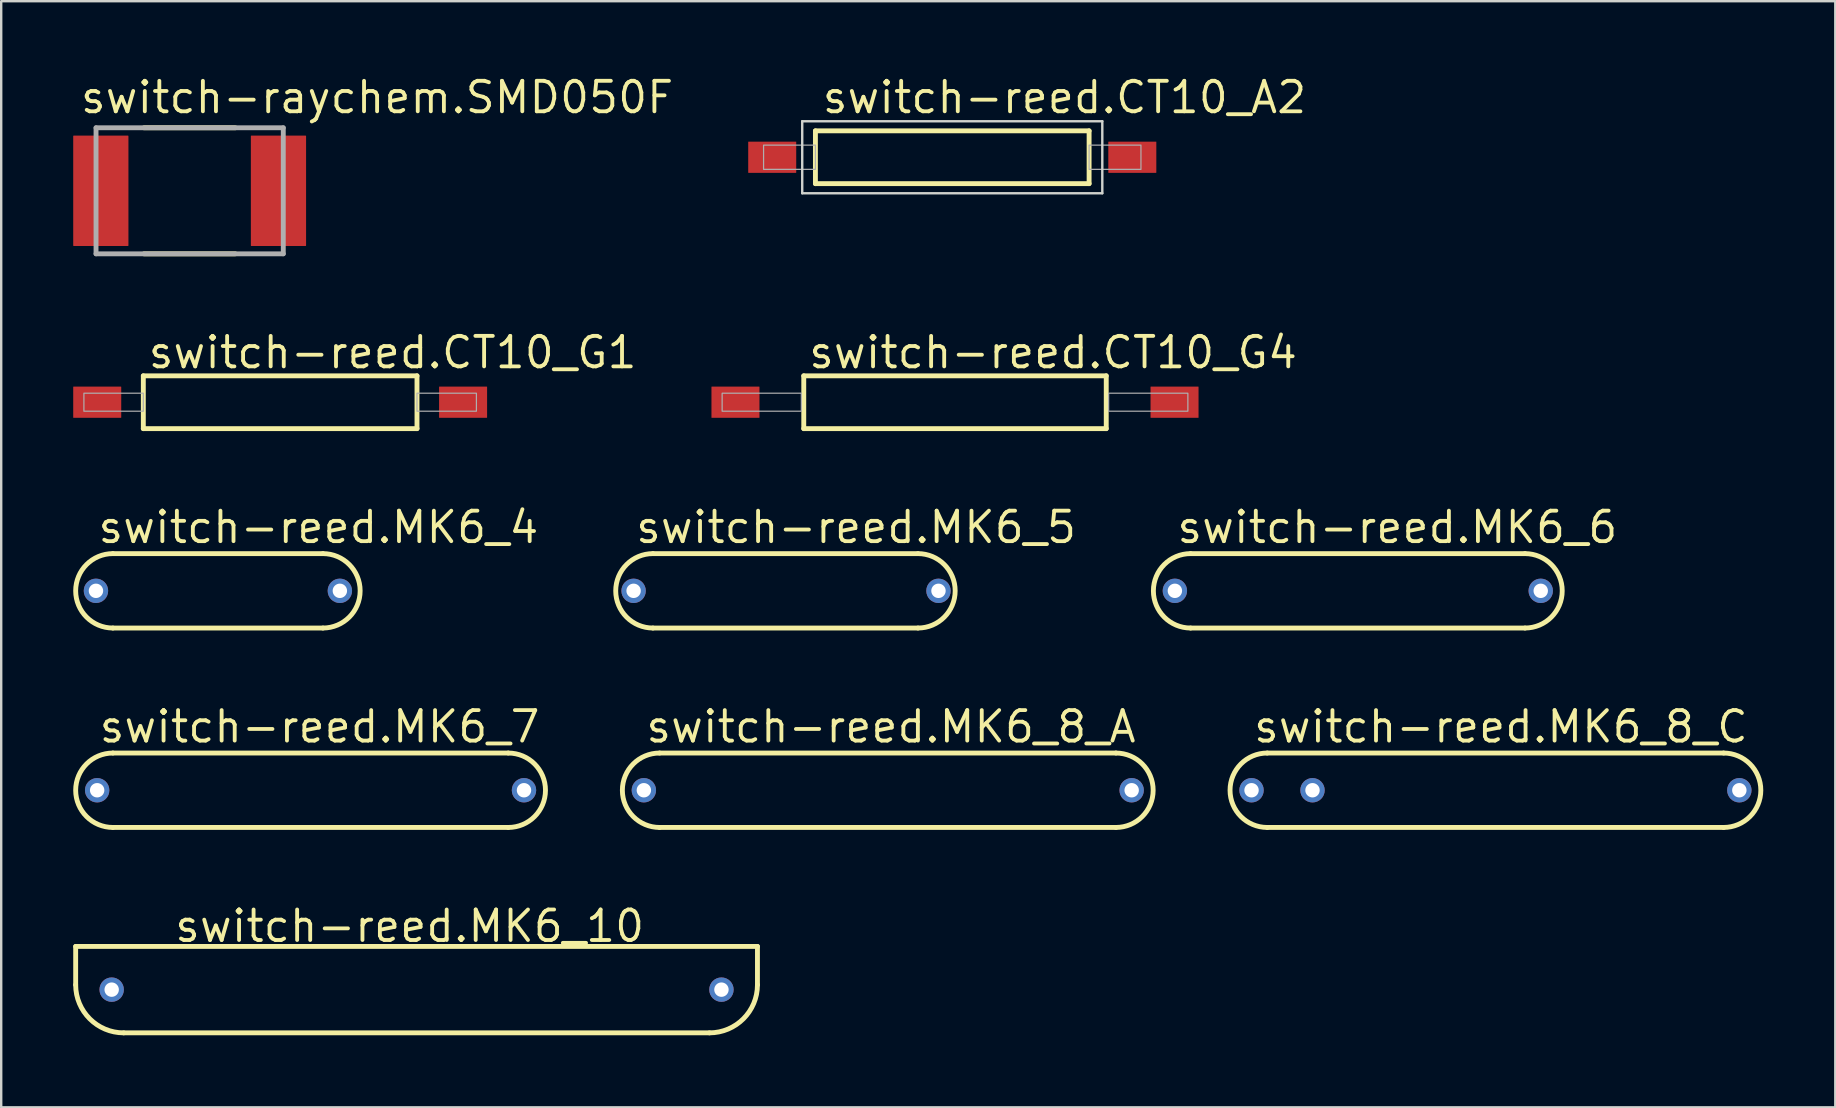
<source format=kicad_pcb>
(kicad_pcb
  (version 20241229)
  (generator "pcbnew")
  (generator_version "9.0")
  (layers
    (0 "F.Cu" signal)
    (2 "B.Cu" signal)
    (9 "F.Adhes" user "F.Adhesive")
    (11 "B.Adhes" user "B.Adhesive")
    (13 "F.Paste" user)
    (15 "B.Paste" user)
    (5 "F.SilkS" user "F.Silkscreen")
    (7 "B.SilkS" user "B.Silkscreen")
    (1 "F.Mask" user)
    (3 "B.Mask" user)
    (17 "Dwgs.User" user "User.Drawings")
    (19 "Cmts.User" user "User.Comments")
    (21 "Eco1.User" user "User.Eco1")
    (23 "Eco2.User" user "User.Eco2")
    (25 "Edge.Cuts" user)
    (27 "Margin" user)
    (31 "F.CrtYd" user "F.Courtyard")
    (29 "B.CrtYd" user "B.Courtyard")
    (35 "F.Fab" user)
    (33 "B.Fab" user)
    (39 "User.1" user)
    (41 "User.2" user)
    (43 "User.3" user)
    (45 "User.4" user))
  (footprint "switch-reed.CT10_G4"
    (layer "F.Cu")
    (at 36.731 13.705)
    (property "Reference" "switch-reed.CT10_G4" (at -6.18 -1.33 0) (layer "F.SilkS") (effects (font (size 1.27 1.27) (thickness 0.16)) (justify left bottom)))
    (attr smd)
    (fp_line (start -6.3 -1.1) (end 6.3 -1.1) (stroke (width 0.203) (type default)) (layer "F.SilkS"))
    (fp_line (start -6.3 1.1) (end -6.3 -1.1) (stroke (width 0.203) (type default)) (layer "F.SilkS"))
    (fp_line (start 6.3 -1.1) (end 6.3 1.1) (stroke (width 0.203) (type default)) (layer "F.SilkS"))
    (fp_line (start 6.3 1.1) (end -6.3 1.1) (stroke (width 0.203) (type default)) (layer "F.SilkS"))
    (fp_rect (start -9.7 0.375) (end -6.4 -0.375) (stroke (width 0.05) (type default)) (fill no) (layer "F.Fab"))
    (fp_rect (start 6.4 0.375) (end 9.7 -0.375) (stroke (width 0.05) (type default)) (fill no) (layer "F.Fab"))
    (pad "1" smd roundrect (at -9.145 0) (size 2 1.3) (layers "F.Cu" "F.Mask" "F.Paste") (roundrect_rratio 0.01))
    (pad "2" smd roundrect (at 9.145 0) (size 2 1.3) (layers "F.Cu" "F.Mask" "F.Paste") (roundrect_rratio 0.01)))
  (footprint "switch-reed.MK6_4"
    (layer "F.Cu")
    (at 6.027 21.561)
    (property "Reference" "switch-reed.MK6_4" (at -5.08 -1.905 0) (layer "F.SilkS") (effects (font (size 1.27 1.27) (thickness 0.16)) (justify left bottom)))
    (attr through_hole)
    (fp_line (start -4.375 -1.55) (end 4.375 -1.55) (stroke (width 0.203) (type default)) (layer "F.SilkS"))
    (fp_line (start 4.375 1.55) (end -4.375 1.55) (stroke (width 0.203) (type default)) (layer "F.SilkS"))
    (fp_arc (start -4.375 1.55) (mid -5.925 0) (end -4.375 -1.55) (stroke (width 0.2032) (type default)) (layer "F.SilkS"))
    (fp_arc (start 4.375 -1.55) (mid 5.925 0) (end 4.375 1.55) (stroke (width 0.2032) (type default)) (layer "F.SilkS"))
    (pad "1" thru_hole circle (at -5.08 0) (size 1.016 1.016) (drill 0.6) (layers "*.Cu" "*.Mask"))
    (pad "2" thru_hole circle (at 5.08 0) (size 1.016 1.016) (drill 0.6) (layers "*.Cu" "*.Mask")))
  (footprint "switch-reed.MK6_10"
    (layer "F.Cu")
    (at 14.302 38.174)
    (property "Reference" "switch-reed.MK6_10" (at -10.16 -1.905 0) (layer "F.SilkS") (effects (font (size 1.27 1.27) (thickness 0.16)) (justify left bottom)))
    (attr through_hole)
    (fp_line (start -14.2 -1.8) (end 14.2 -1.8) (stroke (width 0.203) (type default)) (layer "F.SilkS"))
    (fp_line (start -14.2 -0.2) (end -14.2 -1.8) (stroke (width 0.203) (type default)) (layer "F.SilkS"))
    (fp_line (start 12.2 1.8) (end -12.2 1.8) (stroke (width 0.203) (type default)) (layer "F.SilkS"))
    (fp_line (start 14.2 -1.8) (end 14.2 -0.2) (stroke (width 0.203) (type default)) (layer "F.SilkS"))
    (fp_arc (start -12.2 1.8) (mid -13.614214 1.214214) (end -14.2 -0.2) (stroke (width 0.2032) (type default)) (layer "F.SilkS"))
    (fp_arc (start 14.2 -0.2) (mid 13.614214 1.214214) (end 12.2 1.8) (stroke (width 0.2032) (type default)) (layer "F.SilkS"))
    (pad "1" thru_hole circle (at -12.7 0) (size 1.016 1.016) (drill 0.6) (layers "*.Cu" "*.Mask"))
    (pad "2" thru_hole circle (at 12.7 0) (size 1.016 1.016) (drill 0.6) (layers "*.Cu" "*.Mask")))
  (footprint "switch-reed.CT10_A2"
    (layer "F.Cu")
    (at 36.617 3.5)
    (property "Reference" "switch-reed.CT10_A2" (at -5.5 -1.75 0) (layer "F.SilkS") (effects (font (size 1.27 1.27) (thickness 0.16)) (justify left bottom)))
    (attr smd)
    (fp_line (start -5.7 -1.1) (end 5.7 -1.1) (stroke (width 0.203) (type default)) (layer "F.SilkS"))
    (fp_line (start -5.7 1.1) (end -5.7 -1.1) (stroke (width 0.203) (type default)) (layer "F.SilkS"))
    (fp_line (start 5.7 -1.1) (end 5.7 1.1) (stroke (width 0.203) (type default)) (layer "F.SilkS"))
    (fp_line (start 5.7 1.1) (end -5.7 1.1) (stroke (width 0.203) (type default)) (layer "F.SilkS"))
    (fp_line (start -6.25 -1.5) (end 6.25 -1.5) (stroke (width 0.1) (type default)) (layer "Edge.Cuts"))
    (fp_line (start -6.25 1.5) (end -6.25 -1.5) (stroke (width 0.1) (type default)) (layer "Edge.Cuts"))
    (fp_line (start 6.25 -1.5) (end 6.25 1.5) (stroke (width 0.1) (type default)) (layer "Edge.Cuts"))
    (fp_line (start 6.25 1.5) (end -6.25 1.5) (stroke (width 0.1) (type default)) (layer "Edge.Cuts"))
    (fp_rect (start -7.86 0.505) (end -5.7 -0.505) (stroke (width 0.05) (type default)) (fill no) (layer "F.Fab"))
    (fp_rect (start 5.7 0.505) (end 7.86 -0.505) (stroke (width 0.05) (type default)) (fill no) (layer "F.Fab"))
    (pad "1" smd roundrect (at -7.5 0) (size 2 1.3) (layers "F.Cu" "F.Mask" "F.Paste") (roundrect_rratio 0.01))
    (pad "2" smd roundrect (at 7.5 0) (size 2 1.3) (layers "F.Cu" "F.Mask" "F.Paste") (roundrect_rratio 0.01)))
  (footprint "switch-reed.MK6_6"
    (layer "F.Cu")
    (at 53.51 21.561)
    (property "Reference" "switch-reed.MK6_6" (at -7.62 -1.905 0) (layer "F.SilkS") (effects (font (size 1.27 1.27) (thickness 0.16)) (justify left bottom)))
    (attr through_hole)
    (fp_line (start -6.965 -1.55) (end 6.965 -1.55) (stroke (width 0.203) (type default)) (layer "F.SilkS"))
    (fp_line (start 6.965 1.55) (end -6.965 1.55) (stroke (width 0.203) (type default)) (layer "F.SilkS"))
    (fp_arc (start -6.965 1.55) (mid -8.515 0) (end -6.965 -1.55) (stroke (width 0.2032) (type default)) (layer "F.SilkS"))
    (fp_arc (start 6.965 -1.55) (mid 8.515 0) (end 6.965 1.55) (stroke (width 0.2032) (type default)) (layer "F.SilkS"))
    (pad "1" thru_hole circle (at -7.62 0) (size 1.016 1.016) (drill 0.6) (layers "*.Cu" "*.Mask"))
    (pad "2" thru_hole circle (at 7.62 0) (size 1.016 1.016) (drill 0.6) (layers "*.Cu" "*.Mask")))
  (footprint "switch-raychem.SMD050F"
    (layer "F.Cu")
    (at 4.85 4.898)
    (property "Reference" "switch-raychem.SMD050F" (at -4.634 -3.148 0) (layer "F.SilkS") (effects (font (size 1.27 1.27) (thickness 0.16)) (justify left bottom)))
    (attr smd)
    (fp_line (start -1.9 -2.625) (end 1.9 -2.625) (stroke (width 0.203) (type default)) (layer "F.SilkS"))
    (fp_line (start 1.9 2.625) (end -1.9 2.625) (stroke (width 0.203) (type default)) (layer "F.SilkS"))
    (fp_line (start -3.9 -2.625) (end 3.9 -2.625) (stroke (width 0.203) (type default)) (layer "F.Fab"))
    (fp_line (start -3.9 2.625) (end -3.9 -2.625) (stroke (width 0.203) (type default)) (layer "F.Fab"))
    (fp_line (start 3.9 -2.625) (end 3.9 2.625) (stroke (width 0.203) (type default)) (layer "F.Fab"))
    (fp_line (start 3.9 2.625) (end -3.9 2.625) (stroke (width 0.203) (type default)) (layer "F.Fab"))
    (pad "1" smd roundrect (at -3.7 0) (size 2.3 4.6) (layers "F.Cu" "F.Mask" "F.Paste") (roundrect_rratio 0.01))
    (pad "2" smd roundrect (at 3.7 0) (size 2.3 4.6) (layers "F.Cu" "F.Mask" "F.Paste") (roundrect_rratio 0.01)))
  (footprint "switch-reed.CT10_G1"
    (layer "F.Cu")
    (at 8.62 13.705)
    (property "Reference" "switch-reed.CT10_G1" (at -5.58 -1.33 0) (layer "F.SilkS") (effects (font (size 1.27 1.27) (thickness 0.16)) (justify left bottom)))
    (attr smd)
    (fp_line (start -5.7 -1.1) (end 5.7 -1.1) (stroke (width 0.203) (type default)) (layer "F.SilkS"))
    (fp_line (start -5.7 1.1) (end -5.7 -1.1) (stroke (width 0.203) (type default)) (layer "F.SilkS"))
    (fp_line (start 5.7 -1.1) (end 5.7 1.1) (stroke (width 0.203) (type default)) (layer "F.SilkS"))
    (fp_line (start 5.7 1.1) (end -5.7 1.1) (stroke (width 0.203) (type default)) (layer "F.SilkS"))
    (fp_rect (start -8.175 0.375) (end -5.7 -0.375) (stroke (width 0.05) (type default)) (fill no) (layer "F.Fab"))
    (fp_rect (start 5.7 0.375) (end 8.175 -0.375) (stroke (width 0.05) (type default)) (fill no) (layer "F.Fab"))
    (pad "1" smd roundrect (at -7.62 0) (size 2 1.3) (layers "F.Cu" "F.Mask" "F.Paste") (roundrect_rratio 0.01))
    (pad "2" smd roundrect (at 7.62 0) (size 2 1.3) (layers "F.Cu" "F.Mask" "F.Paste") (roundrect_rratio 0.01)))
  (footprint "switch-reed.MK6_7"
    (layer "F.Cu")
    (at 9.887 29.868)
    (property "Reference" "switch-reed.MK6_7" (at -8.89 -1.905 0) (layer "F.SilkS") (effects (font (size 1.27 1.27) (thickness 0.16)) (justify left bottom)))
    (attr through_hole)
    (fp_line (start -8.235 -1.55) (end 8.235 -1.55) (stroke (width 0.203) (type default)) (layer "F.SilkS"))
    (fp_line (start 8.235 1.55) (end -8.235 1.55) (stroke (width 0.203) (type default)) (layer "F.SilkS"))
    (fp_arc (start -8.235 1.55) (mid -9.785 0) (end -8.235 -1.55) (stroke (width 0.2032) (type default)) (layer "F.SilkS"))
    (fp_arc (start 8.235 -1.55) (mid 9.785 0) (end 8.235 1.55) (stroke (width 0.2032) (type default)) (layer "F.SilkS"))
    (pad "1" thru_hole circle (at -8.89 0) (size 1.016 1.016) (drill 0.6) (layers "*.Cu" "*.Mask"))
    (pad "2" thru_hole circle (at 8.89 0) (size 1.016 1.016) (drill 0.6) (layers "*.Cu" "*.Mask")))
  (footprint "switch-reed.MK6_8_A"
    (layer "F.Cu")
    (at 33.93 29.868)
    (property "Reference" "switch-reed.MK6_8_A" (at -10.16 -1.905 0) (layer "F.SilkS") (effects (font (size 1.27 1.27) (thickness 0.16)) (justify left bottom)))
    (attr through_hole)
    (fp_line (start -9.505 -1.55) (end 9.505 -1.55) (stroke (width 0.203) (type default)) (layer "F.SilkS"))
    (fp_line (start 9.505 1.55) (end -9.505 1.55) (stroke (width 0.203) (type default)) (layer "F.SilkS"))
    (fp_arc (start -9.505 1.55) (mid -11.055 0) (end -9.505 -1.55) (stroke (width 0.2032) (type default)) (layer "F.SilkS"))
    (fp_arc (start 9.505 -1.55) (mid 11.055 0) (end 9.505 1.55) (stroke (width 0.2032) (type default)) (layer "F.SilkS"))
    (pad "1" thru_hole circle (at -10.16 0) (size 1.016 1.016) (drill 0.6) (layers "*.Cu" "*.Mask"))
    (pad "2" thru_hole circle (at 10.16 0) (size 1.016 1.016) (drill 0.6) (layers "*.Cu" "*.Mask")))
  (footprint "switch-reed.MK6_8_C"
    (layer "F.Cu")
    (at 59.243 29.868)
    (property "Reference" "switch-reed.MK6_8_C" (at -10.16 -1.905 0) (layer "F.SilkS") (effects (font (size 1.27 1.27) (thickness 0.16)) (justify left bottom)))
    (attr through_hole)
    (fp_line (start -9.505 -1.55) (end 9.505 -1.55) (stroke (width 0.203) (type default)) (layer "F.SilkS"))
    (fp_line (start 9.505 1.55) (end -9.505 1.55) (stroke (width 0.203) (type default)) (layer "F.SilkS"))
    (fp_arc (start -9.505 1.55) (mid -11.055 0) (end -9.505 -1.55) (stroke (width 0.2032) (type default)) (layer "F.SilkS"))
    (fp_arc (start 9.505 -1.55) (mid 11.055 0) (end 9.505 1.55) (stroke (width 0.2032) (type default)) (layer "F.SilkS"))
    (pad "COM" thru_hole circle (at 10.16 0) (size 1.016 1.016) (drill 0.6) (layers "*.Cu" "*.Mask"))
    (pad "NC" thru_hole circle (at -7.62 0) (size 1.016 1.016) (drill 0.6) (layers "*.Cu" "*.Mask"))
    (pad "NO" thru_hole circle (at -10.16 0) (size 1.016 1.016) (drill 0.6) (layers "*.Cu" "*.Mask")))
  (footprint "switch-reed.MK6_5"
    (layer "F.Cu")
    (at 29.693 21.561)
    (property "Reference" "switch-reed.MK6_5" (at -6.35 -1.905 0) (layer "F.SilkS") (effects (font (size 1.27 1.27) (thickness 0.16)) (justify left bottom)))
    (attr through_hole)
    (fp_line (start -5.545 -1.55) (end 5.495 -1.55) (stroke (width 0.203) (type default)) (layer "F.SilkS"))
    (fp_line (start 5.495 1.55) (end -5.545 1.55) (stroke (width 0.203) (type default)) (layer "F.SilkS"))
    (fp_arc (start -5.545 1.55) (mid -7.095 0) (end -5.545 -1.55) (stroke (width 0.2032) (type default)) (layer "F.SilkS"))
    (fp_arc (start 5.495 -1.55) (mid 7.045 0) (end 5.495 1.55) (stroke (width 0.2032) (type default)) (layer "F.SilkS"))
    (pad "1" thru_hole circle (at -6.35 0) (size 1.016 1.016) (drill 0.6) (layers "*.Cu" "*.Mask"))
    (pad "2" thru_hole circle (at 6.35 0) (size 1.016 1.016) (drill 0.6) (layers "*.Cu" "*.Mask")))
  (gr_rect
    (start -3 -3)
    (end 73.4 43.076)
    (stroke (width 0.1) (type default))
    (fill no)
    (layer "Edge.Cuts")))
</source>
